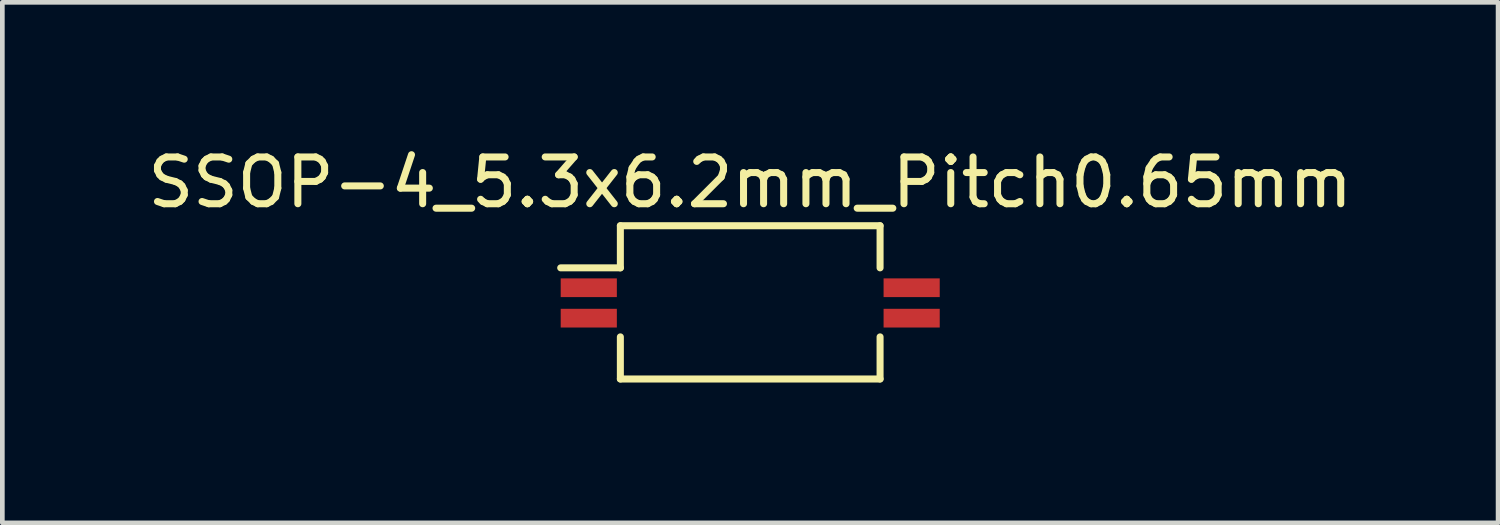
<source format=kicad_pcb>
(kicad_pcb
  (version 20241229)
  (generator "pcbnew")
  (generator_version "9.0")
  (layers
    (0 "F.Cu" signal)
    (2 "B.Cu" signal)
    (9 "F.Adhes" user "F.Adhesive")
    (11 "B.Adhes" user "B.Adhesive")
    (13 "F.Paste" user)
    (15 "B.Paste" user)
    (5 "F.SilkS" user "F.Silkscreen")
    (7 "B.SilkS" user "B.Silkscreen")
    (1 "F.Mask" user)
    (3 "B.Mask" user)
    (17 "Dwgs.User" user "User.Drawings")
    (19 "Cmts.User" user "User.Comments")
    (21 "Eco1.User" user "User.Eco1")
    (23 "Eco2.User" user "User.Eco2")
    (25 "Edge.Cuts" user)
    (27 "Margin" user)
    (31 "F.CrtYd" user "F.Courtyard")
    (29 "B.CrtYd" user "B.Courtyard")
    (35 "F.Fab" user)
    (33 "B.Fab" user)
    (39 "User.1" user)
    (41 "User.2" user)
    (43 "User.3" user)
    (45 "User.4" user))
  (footprint "SSOP-4_5.3x6.2mm_Pitch0.65mm"
    (layer "F.Cu")
    (at 12.969 3.423)
    (property "Reference" "SSOP-4_5.3x6.2mm_Pitch0.65mm" (at 0.013 -2.574 0) (layer "F.SilkS") (effects (font (size 1 1) (thickness 0.15))))
    (attr smd)
    (fp_line (start -2.762 -1.649) (end -2.762 -0.749) (stroke (width 0.15) (type solid)) (layer "F.SilkS"))
    (fp_line (start -2.762 -1.649) (end 2.788 -1.649) (stroke (width 0.15) (type solid)) (layer "F.SilkS"))
    (fp_line (start -2.762 -0.749) (end -4.037 -0.749) (stroke (width 0.15) (type solid)) (layer "F.SilkS"))
    (fp_line (start -2.762 1.626) (end -2.762 0.726) (stroke (width 0.15) (type solid)) (layer "F.SilkS"))
    (fp_line (start -2.762 1.626) (end 2.788 1.626) (stroke (width 0.15) (type solid)) (layer "F.SilkS"))
    (fp_line (start 2.788 -1.649) (end 2.788 -0.749) (stroke (width 0.15) (type solid)) (layer "F.SilkS"))
    (fp_line (start 2.788 1.626) (end 2.788 0.726) (stroke (width 0.15) (type solid)) (layer "F.SilkS"))
    (pad "1" smd rect (at -3.437 -0.324) (size 1.2 0.4) (layers "F.Cu" "F.Mask" "F.Paste"))
    (pad "2" smd rect (at -3.437 0.326) (size 1.2 0.4) (layers "F.Cu" "F.Mask" "F.Paste"))
    (pad "3" smd rect (at 3.463 0.326) (size 1.2 0.4) (layers "F.Cu" "F.Mask" "F.Paste"))
    (pad "4" smd rect (at 3.463 -0.324) (size 1.2 0.4) (layers "F.Cu" "F.Mask" "F.Paste")))
  (gr_rect
    (start -3 -3)
    (end 28.964 8.123)
    (stroke (width 0.1) (type default))
    (fill no)
    (layer "Edge.Cuts")))
</source>
